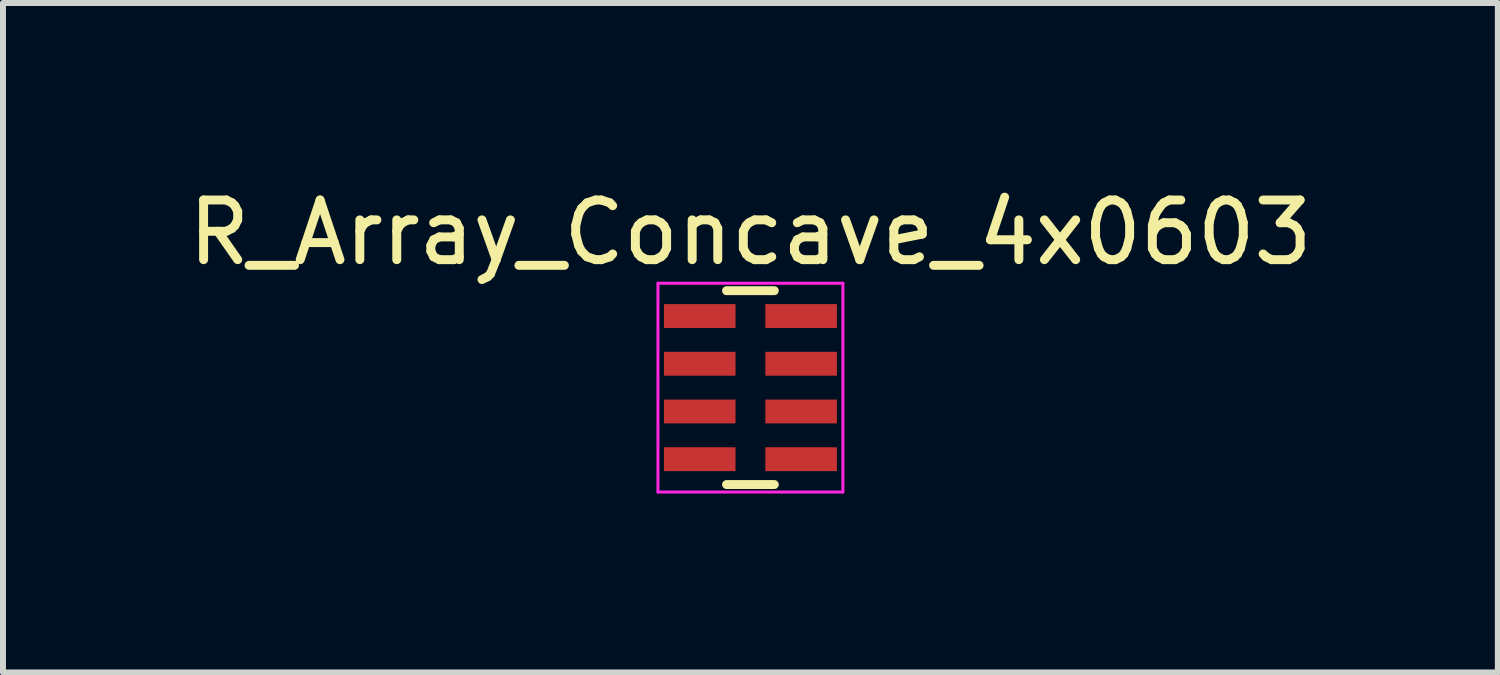
<source format=kicad_pcb>
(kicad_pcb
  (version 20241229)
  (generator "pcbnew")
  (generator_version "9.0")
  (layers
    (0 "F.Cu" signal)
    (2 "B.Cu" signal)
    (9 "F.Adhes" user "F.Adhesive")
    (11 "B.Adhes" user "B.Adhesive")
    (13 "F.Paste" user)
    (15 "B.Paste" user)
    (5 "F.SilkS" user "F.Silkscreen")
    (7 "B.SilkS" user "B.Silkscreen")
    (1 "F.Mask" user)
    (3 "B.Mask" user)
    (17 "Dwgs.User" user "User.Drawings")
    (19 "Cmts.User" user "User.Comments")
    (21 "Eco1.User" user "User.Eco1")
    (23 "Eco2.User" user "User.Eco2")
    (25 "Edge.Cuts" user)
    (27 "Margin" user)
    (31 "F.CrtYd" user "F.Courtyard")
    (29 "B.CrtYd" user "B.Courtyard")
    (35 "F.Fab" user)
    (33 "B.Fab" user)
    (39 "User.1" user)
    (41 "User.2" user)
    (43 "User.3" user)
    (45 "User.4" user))
  (footprint "R_Array_Concave_4x0603"
    (layer "F.Cu")
    (at 9.53 3.448)
    (property "Reference" "R_Array_Concave_4x0603" (at 0 -2.6 0) (layer "F.SilkS") (effects (font (size 1 1) (thickness 0.15))))
    (attr smd)
    (fp_line (start 0.4 -1.625) (end -0.4 -1.625) (stroke (width 0.15) (type solid)) (layer "F.SilkS"))
    (fp_line (start 0.4 1.625) (end -0.4 1.625) (stroke (width 0.15) (type solid)) (layer "F.SilkS"))
    (fp_line (start -1.55 -1.75) (end -1.55 1.75) (stroke (width 0.05) (type solid)) (layer "F.CrtYd"))
    (fp_line (start -1.55 -1.75) (end 1.55 -1.75) (stroke (width 0.05) (type solid)) (layer "F.CrtYd"))
    (fp_line (start -1.55 1.75) (end 1.55 1.75) (stroke (width 0.05) (type solid)) (layer "F.CrtYd"))
    (fp_line (start 1.55 -1.75) (end 1.55 1.75) (stroke (width 0.05) (type solid)) (layer "F.CrtYd"))
    (pad "1" smd rect (at -0.85 -1.2) (size 1.2 0.4) (layers "F.Cu" "F.Mask" "F.Paste"))
    (pad "2" smd rect (at -0.85 -0.4) (size 1.2 0.4) (layers "F.Cu" "F.Mask" "F.Paste"))
    (pad "3" smd rect (at -0.85 0.4) (size 1.2 0.4) (layers "F.Cu" "F.Mask" "F.Paste"))
    (pad "4" smd rect (at -0.85 1.2) (size 1.2 0.4) (layers "F.Cu" "F.Mask" "F.Paste"))
    (pad "5" smd rect (at 0.85 1.2) (size 1.2 0.4) (layers "F.Cu" "F.Mask" "F.Paste"))
    (pad "6" smd rect (at 0.85 0.4) (size 1.2 0.4) (layers "F.Cu" "F.Mask" "F.Paste"))
    (pad "7" smd rect (at 0.85 -0.4) (size 1.2 0.4) (layers "F.Cu" "F.Mask" "F.Paste"))
    (pad "8" smd rect (at 0.85 -1.2) (size 1.2 0.4) (layers "F.Cu" "F.Mask" "F.Paste")))
  (gr_rect
    (start -3 -3)
    (end 22.06 8.223)
    (stroke (width 0.1) (type default))
    (fill no)
    (layer "Edge.Cuts")))
</source>
